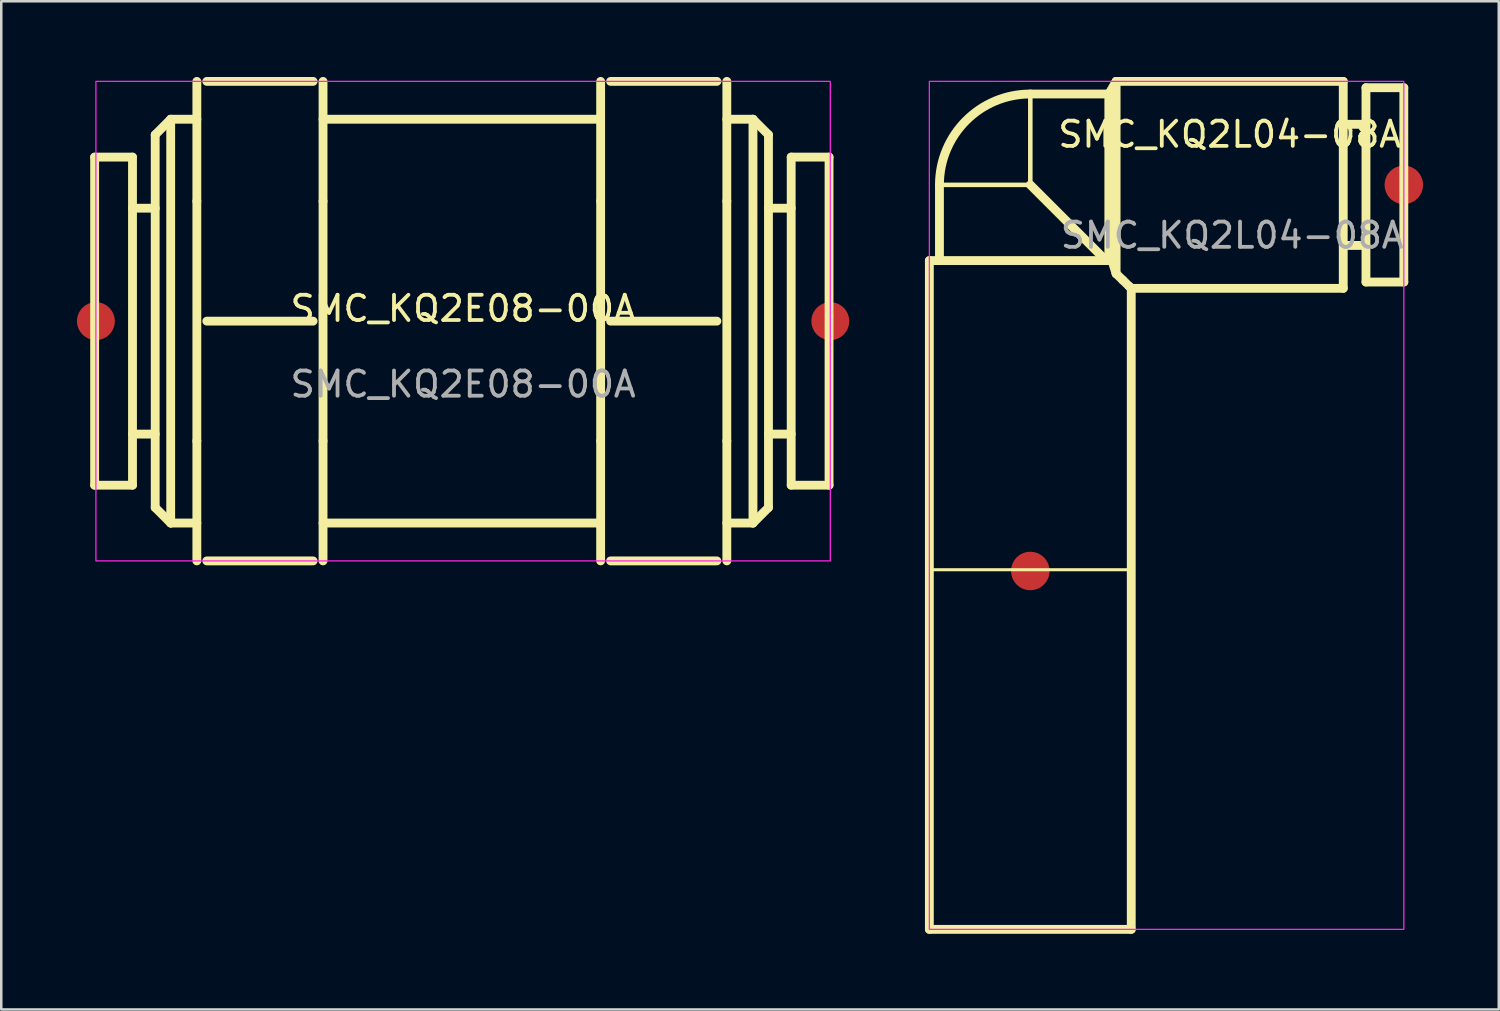
<source format=kicad_pcb>
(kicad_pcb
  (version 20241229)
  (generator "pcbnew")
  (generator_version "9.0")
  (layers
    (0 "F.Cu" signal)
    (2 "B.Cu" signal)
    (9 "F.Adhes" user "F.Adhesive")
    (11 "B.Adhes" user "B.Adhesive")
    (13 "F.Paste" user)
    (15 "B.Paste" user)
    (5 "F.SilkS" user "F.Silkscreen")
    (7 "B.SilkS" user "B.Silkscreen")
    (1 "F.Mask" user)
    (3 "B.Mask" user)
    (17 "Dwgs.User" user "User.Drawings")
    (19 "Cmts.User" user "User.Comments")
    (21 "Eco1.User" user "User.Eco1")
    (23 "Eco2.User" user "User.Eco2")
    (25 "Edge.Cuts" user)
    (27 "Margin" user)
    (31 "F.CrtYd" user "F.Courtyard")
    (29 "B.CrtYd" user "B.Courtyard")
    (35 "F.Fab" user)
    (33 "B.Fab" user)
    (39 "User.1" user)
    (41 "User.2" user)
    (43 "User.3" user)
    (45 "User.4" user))
  (footprint "SMC_KQ2L04-08A"
    (layer "F.Cu")
    (at 37.775 4.275)
    (property "Reference" "SMC_KQ2L04-08A" (at 7.9 -2 0) (unlocked yes) (layer "F.SilkS") (effects (font (size 1 1) (thickness 0.15))))
    (fp_line (start -4 3) (end 3.234 3) (stroke (width 0.35) (type solid)) (layer "F.SilkS"))
    (fp_line (start -4 15.25) (end 4 15.25) (stroke (width 0.12) (type solid)) (layer "F.SilkS"))
    (fp_line (start -4 29.5) (end -4 3) (stroke (width 0.35) (type solid)) (layer "F.SilkS"))
    (fp_line (start -4 29.5) (end 4 29.5) (stroke (width 0.35) (type solid)) (layer "F.SilkS"))
    (fp_line (start -3.6 0) (end 0 0) (stroke (width 0.18) (type solid)) (layer "F.SilkS"))
    (fp_line (start -3.6 3) (end -3.6 0) (stroke (width 0.35) (type solid)) (layer "F.SilkS"))
    (fp_line (start 0 0) (end 0 -3.6) (stroke (width 0.18) (type solid)) (layer "F.SilkS"))
    (fp_line (start 3 3) (end 0 0) (stroke (width 0.35) (type solid)) (layer "F.SilkS"))
    (fp_line (start 3.111 -3.6) (end 0 -3.6) (stroke (width 0.35) (type solid)) (layer "F.SilkS"))
    (fp_line (start 3.111 -3.6) (end 3.4 -4.1) (stroke (width 0.35) (type solid)) (layer "F.SilkS"))
    (fp_line (start 3.111 3) (end 3.111 -3.6) (stroke (width 0.35) (type solid)) (layer "F.SilkS"))
    (fp_line (start 3.4 3.517) (end 3.4 -4.1) (stroke (width 0.35) (type solid)) (layer "F.SilkS"))
    (fp_line (start 4 29.5) (end 4 4.1) (stroke (width 0.35) (type solid)) (layer "F.SilkS"))
    (fp_line (start 12.4 -4.1) (end 3.4 -4.1) (stroke (width 0.35) (type solid)) (layer "F.SilkS"))
    (fp_line (start 12.4 4.1) (end 4 4.1) (stroke (width 0.35) (type solid)) (layer "F.SilkS"))
    (fp_line (start 12.4 4.1) (end 12.4 -4.1) (stroke (width 0.35) (type solid)) (layer "F.SilkS"))
    (fp_line (start 13.3 -2.4) (end 12.4 -2.4) (stroke (width 0.35) (type solid)) (layer "F.SilkS"))
    (fp_line (start 13.3 2.4) (end 12.4 2.4) (stroke (width 0.35) (type solid)) (layer "F.SilkS"))
    (fp_line (start 13.3 3.85) (end 13.3 -3.85) (stroke (width 0.35) (type solid)) (layer "F.SilkS"))
    (fp_line (start 14.8 -3.85) (end 13.3 -3.85) (stroke (width 0.35) (type solid)) (layer "F.SilkS"))
    (fp_line (start 14.8 3.85) (end 13.3 3.85) (stroke (width 0.35) (type solid)) (layer "F.SilkS"))
    (fp_line (start 14.8 3.85) (end 14.8 -3.85) (stroke (width 0.35) (type solid)) (layer "F.SilkS"))
    (fp_arc (start -3.600037 0.000051) (mid -2.545627 -2.545553) (end -0.000037 -3.599949) (stroke (width 0.35) (type solid)) (layer "F.SilkS"))
    (fp_curve (pts (xy 3.4 3.517) (xy 3.344 3.349) (xy 3.288 3.177) (xy 3.234 3)) (stroke (width 0.35) (type solid)) (layer "F.SilkS"))
    (fp_curve (pts (xy 3.668 3.777) (xy 3.59 3.701) (xy 3.499 3.613) (xy 3.4 3.517)) (stroke (width 0.35) (type solid)) (layer "F.SilkS"))
    (fp_curve (pts (xy 3.915 4.017) (xy 3.859 3.962) (xy 3.775 3.88) (xy 3.668 3.777)) (stroke (width 0.35) (type solid)) (layer "F.SilkS"))
    (fp_curve (pts (xy 4 4.1) (xy 4 4.1) (xy 3.971 4.072) (xy 3.915 4.017)) (stroke (width 0.35) (type solid)) (layer "F.SilkS"))
    (fp_rect (start -4 29.5) (end 14.8 -4.1) (stroke (width 0.05) (type solid)) (fill no) (layer "F.CrtYd"))
    (fp_text user "${REFERENCE}" (at 8 2 0) (unlocked yes) (layer "F.Fab") (effects (font (size 1 1) (thickness 0.15))))
    (pad "1" smd circle (at 0 15.3) (size 1.524 1.524) (layers "F.Cu" "F.Mask" "F.Paste"))
    (pad "2" smd circle (at 14.8 0) (size 1.524 1.524) (layers "F.Cu" "F.Mask" "F.Paste")))
  (footprint "SMC_KQ2E08-00A"
    (layer "F.Cu")
    (at 15.3 9.675)
    (property "Reference" "SMC_KQ2E08-00A" (at 0 -0.5 0) (unlocked yes) (layer "F.SilkS") (effects (font (size 1 1) (thickness 0.15))))
    (fp_line (start -14.6 6.5) (end -14.6 -6.5) (stroke (width 0.35) (type solid)) (layer "F.SilkS"))
    (fp_line (start -13.1 -6.5) (end -14.6 -6.5) (stroke (width 0.35) (type solid)) (layer "F.SilkS"))
    (fp_line (start -13.1 6.5) (end -14.6 6.5) (stroke (width 0.35) (type solid)) (layer "F.SilkS"))
    (fp_line (start -13.1 6.5) (end -13.1 -6.5) (stroke (width 0.35) (type solid)) (layer "F.SilkS"))
    (fp_line (start -12.2 -7.386) (end -11.586 -8) (stroke (width 0.35) (type solid)) (layer "F.SilkS"))
    (fp_line (start -12.2 -4.475) (end -13.1 -4.475) (stroke (width 0.35) (type solid)) (layer "F.SilkS"))
    (fp_line (start -12.2 4.475) (end -13.1 4.475) (stroke (width 0.35) (type solid)) (layer "F.SilkS"))
    (fp_line (start -12.2 7.386) (end -12.2 -7.386) (stroke (width 0.35) (type solid)) (layer "F.SilkS"))
    (fp_line (start -12.2 7.386) (end -11.586 8) (stroke (width 0.35) (type solid)) (layer "F.SilkS"))
    (fp_line (start -11.586 8) (end -11.586 -8) (stroke (width 0.35) (type solid)) (layer "F.SilkS"))
    (fp_line (start -10.55 -9.5) (end -10.55 -4.75) (stroke (width 0.35) (type solid)) (layer "F.SilkS"))
    (fp_line (start -10.55 -8) (end -11.586 -8) (stroke (width 0.35) (type solid)) (layer "F.SilkS"))
    (fp_line (start -10.55 -4.75) (end -10.55 4.75) (stroke (width 0.35) (type solid)) (layer "F.SilkS"))
    (fp_line (start -10.55 4.75) (end -10.55 9.5) (stroke (width 0.35) (type solid)) (layer "F.SilkS"))
    (fp_line (start -10.55 8) (end -11.586 8) (stroke (width 0.35) (type solid)) (layer "F.SilkS"))
    (fp_line (start -10.156 -9.5) (end -5.944 -9.5) (stroke (width 0.35) (type solid)) (layer "F.SilkS"))
    (fp_line (start -10.156 0) (end -5.944 0) (stroke (width 0.35) (type solid)) (layer "F.SilkS"))
    (fp_line (start -10.156 9.5) (end -5.944 9.5) (stroke (width 0.35) (type solid)) (layer "F.SilkS"))
    (fp_line (start -5.55 -9.5) (end -5.55 -4.75) (stroke (width 0.35) (type solid)) (layer "F.SilkS"))
    (fp_line (start -5.55 -4.75) (end -5.55 4.75) (stroke (width 0.35) (type solid)) (layer "F.SilkS"))
    (fp_line (start -5.55 4.75) (end -5.55 9.5) (stroke (width 0.35) (type solid)) (layer "F.SilkS"))
    (fp_line (start 5.45 -8) (end -5.55 -8) (stroke (width 0.35) (type solid)) (layer "F.SilkS"))
    (fp_line (start 5.45 -4.75) (end 5.45 -9.5) (stroke (width 0.35) (type solid)) (layer "F.SilkS"))
    (fp_line (start 5.45 4.75) (end 5.45 -4.75) (stroke (width 0.35) (type solid)) (layer "F.SilkS"))
    (fp_line (start 5.45 8) (end -5.55 8) (stroke (width 0.35) (type solid)) (layer "F.SilkS"))
    (fp_line (start 5.45 9.5) (end 5.45 4.75) (stroke (width 0.35) (type solid)) (layer "F.SilkS"))
    (fp_line (start 10.056 -9.5) (end 5.844 -9.5) (stroke (width 0.35) (type solid)) (layer "F.SilkS"))
    (fp_line (start 10.056 0) (end 5.844 0) (stroke (width 0.35) (type solid)) (layer "F.SilkS"))
    (fp_line (start 10.056 9.5) (end 5.844 9.5) (stroke (width 0.35) (type solid)) (layer "F.SilkS"))
    (fp_line (start 10.45 -4.75) (end 10.45 -9.5) (stroke (width 0.35) (type solid)) (layer "F.SilkS"))
    (fp_line (start 10.45 4.75) (end 10.45 -4.75) (stroke (width 0.35) (type solid)) (layer "F.SilkS"))
    (fp_line (start 10.45 9.5) (end 10.45 4.75) (stroke (width 0.35) (type solid)) (layer "F.SilkS"))
    (fp_line (start 11.486 -8) (end 10.45 -8) (stroke (width 0.35) (type solid)) (layer "F.SilkS"))
    (fp_line (start 11.486 8) (end 10.45 8) (stroke (width 0.35) (type solid)) (layer "F.SilkS"))
    (fp_line (start 11.486 8) (end 11.486 -8) (stroke (width 0.35) (type solid)) (layer "F.SilkS"))
    (fp_line (start 12.1 -7.386) (end 11.486 -8) (stroke (width 0.35) (type solid)) (layer "F.SilkS"))
    (fp_line (start 12.1 7.386) (end 11.486 8) (stroke (width 0.35) (type solid)) (layer "F.SilkS"))
    (fp_line (start 12.1 7.386) (end 12.1 -7.386) (stroke (width 0.35) (type solid)) (layer "F.SilkS"))
    (fp_line (start 13 -4.475) (end 12.1 -4.475) (stroke (width 0.35) (type solid)) (layer "F.SilkS"))
    (fp_line (start 13 4.475) (end 12.1 4.475) (stroke (width 0.35) (type solid)) (layer "F.SilkS"))
    (fp_line (start 13 6.5) (end 13 -6.5) (stroke (width 0.35) (type solid)) (layer "F.SilkS"))
    (fp_line (start 14.5 -6.5) (end 13 -6.5) (stroke (width 0.35) (type solid)) (layer "F.SilkS"))
    (fp_line (start 14.5 6.5) (end 13 6.5) (stroke (width 0.35) (type solid)) (layer "F.SilkS"))
    (fp_line (start 14.5 6.5) (end 14.5 -6.5) (stroke (width 0.35) (type solid)) (layer "F.SilkS"))
    (fp_rect (start -14.55 9.5) (end 14.55 -9.5) (stroke (width 0.05) (type solid)) (fill no) (layer "F.CrtYd"))
    (fp_text user "${REFERENCE}" (at 0 2.5 0) (unlocked yes) (layer "F.Fab") (effects (font (size 1 1) (thickness 0.15))))
    (pad "1" smd circle (at -14.55 0) (size 1.5 1.5) (layers "F.Cu" "F.Mask" "F.Paste"))
    (pad "2" smd circle (at 14.55 0) (size 1.5 1.5) (layers "F.Cu" "F.Mask" "F.Paste")))
  (gr_rect
    (start -3 -3)
    (end 56.337 36.95)
    (stroke (width 0.1) (type default))
    (fill no)
    (layer "Edge.Cuts")))
</source>
